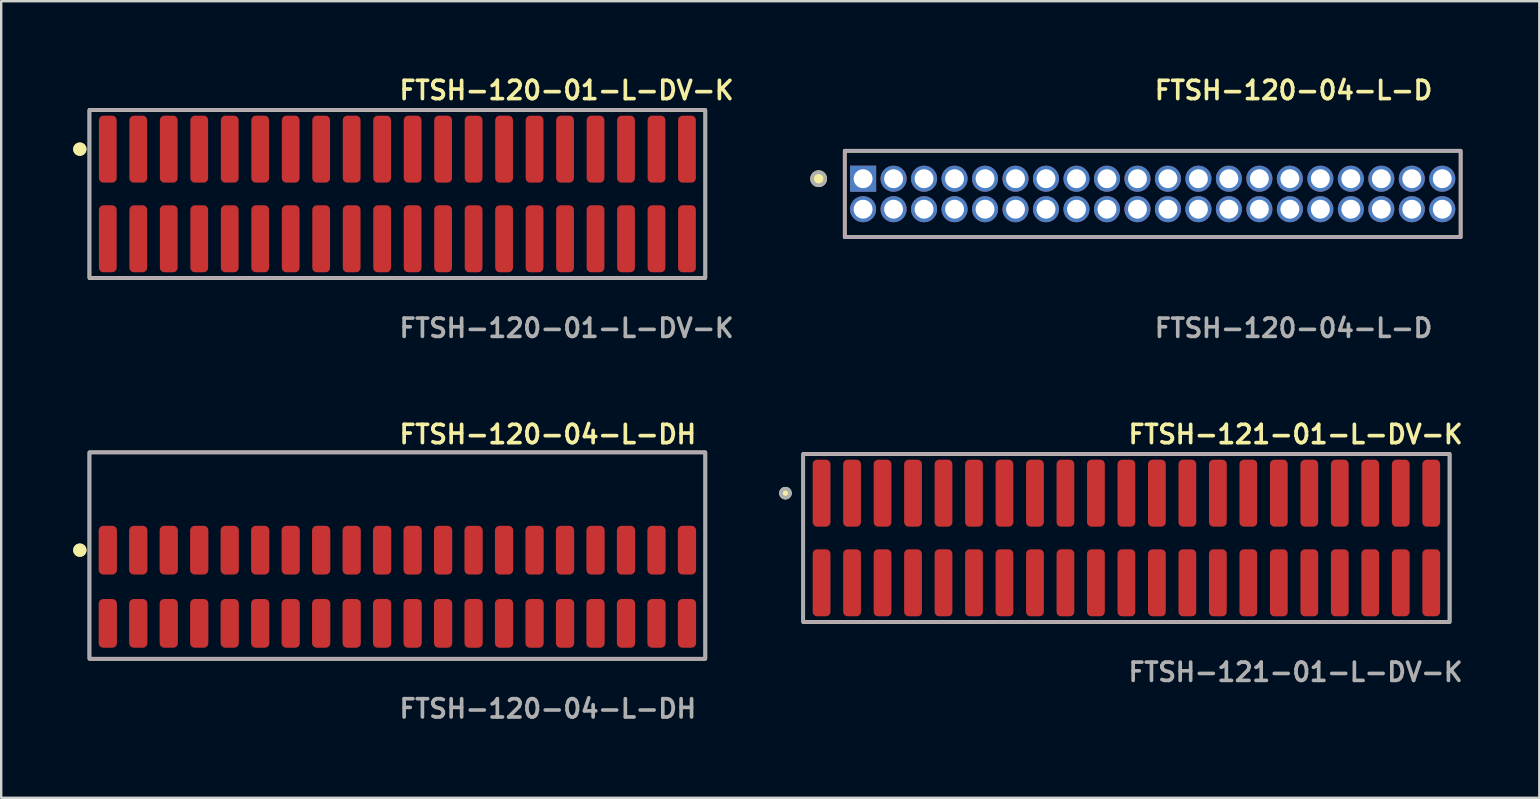
<source format=kicad_pcb>
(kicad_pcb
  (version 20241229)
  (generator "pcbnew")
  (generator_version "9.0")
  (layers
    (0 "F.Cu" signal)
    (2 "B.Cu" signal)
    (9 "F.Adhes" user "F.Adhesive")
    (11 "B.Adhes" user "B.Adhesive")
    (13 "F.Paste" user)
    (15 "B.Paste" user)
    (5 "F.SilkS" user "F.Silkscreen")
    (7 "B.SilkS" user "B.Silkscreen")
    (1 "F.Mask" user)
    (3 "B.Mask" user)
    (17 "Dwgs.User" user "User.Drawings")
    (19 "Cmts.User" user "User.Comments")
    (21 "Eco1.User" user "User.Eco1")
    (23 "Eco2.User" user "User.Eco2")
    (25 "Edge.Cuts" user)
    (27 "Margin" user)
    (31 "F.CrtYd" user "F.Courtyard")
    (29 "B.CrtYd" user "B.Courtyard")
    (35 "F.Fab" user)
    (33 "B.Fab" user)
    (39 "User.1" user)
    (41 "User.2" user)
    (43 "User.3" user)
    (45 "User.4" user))
  (footprint "FTSH-120-01-L-DV-K"
    (layer "F.Cu")
    (at 13.506 5.031)
    (property "Reference" "FTSH-120-01-L-DV-K" (at 0 -4.318 0) (unlocked yes) (layer "F.SilkS") (effects (font (size 0.762 0.762) (thickness 0.152)) (justify left)))
    (fp_rect (start -12.83 3.5) (end 12.83 -3.5) (stroke (width 0.152) (type solid)) (fill no) (layer "F.SilkS"))
    (fp_circle (center -13.23 -1.867) (end -13.43 -1.867) (stroke (width 0.152) (type solid)) (fill yes) (layer "F.SilkS"))
    (fp_circle (center -13.23 -1.867) (end -13.43 -1.867) (stroke (width 0.152) (type solid)) (fill yes) (layer "F.SilkS"))
    (fp_rect (start -12.83 3.5) (end 12.83 -3.5) (stroke (width 0.006) (type solid)) (fill no) (layer "F.CrtYd"))
    (fp_rect (start -12.83 3.5) (end 12.83 -3.5) (stroke (width 0.152) (type solid)) (fill no) (layer "F.Fab"))
    (fp_text user "${REFERENCE}" (at 0 5.588 0) (unlocked yes) (layer "F.Fab") (effects (font (size 0.762 0.762) (thickness 0.152)) (justify left)))
    (pad "1" smd roundrect (at -12.065 -1.867) (size 0.74 2.79) (layers "F.Cu" "F.Paste") (roundrect_rratio 0.25))
    (pad "2" smd roundrect (at -12.065 1.867) (size 0.74 2.79) (layers "F.Cu" "F.Paste") (roundrect_rratio 0.25))
    (pad "3" smd roundrect (at -10.795 -1.867) (size 0.74 2.79) (layers "F.Cu" "F.Paste") (roundrect_rratio 0.25))
    (pad "4" smd roundrect (at -10.795 1.867) (size 0.74 2.79) (layers "F.Cu" "F.Paste") (roundrect_rratio 0.25))
    (pad "5" smd roundrect (at -9.525 -1.867) (size 0.74 2.79) (layers "F.Cu" "F.Paste") (roundrect_rratio 0.25))
    (pad "6" smd roundrect (at -9.525 1.867) (size 0.74 2.79) (layers "F.Cu" "F.Paste") (roundrect_rratio 0.25))
    (pad "7" smd roundrect (at -8.255 -1.867) (size 0.74 2.79) (layers "F.Cu" "F.Paste") (roundrect_rratio 0.25))
    (pad "8" smd roundrect (at -8.255 1.867) (size 0.74 2.79) (layers "F.Cu" "F.Paste") (roundrect_rratio 0.25))
    (pad "9" smd roundrect (at -6.985 -1.867) (size 0.74 2.79) (layers "F.Cu" "F.Paste") (roundrect_rratio 0.25))
    (pad "10" smd roundrect (at -6.985 1.867) (size 0.74 2.79) (layers "F.Cu" "F.Paste") (roundrect_rratio 0.25))
    (pad "11" smd roundrect (at -5.715 -1.867) (size 0.74 2.79) (layers "F.Cu" "F.Paste") (roundrect_rratio 0.25))
    (pad "12" smd roundrect (at -5.715 1.867) (size 0.74 2.79) (layers "F.Cu" "F.Paste") (roundrect_rratio 0.25))
    (pad "13" smd roundrect (at -4.445 -1.867) (size 0.74 2.79) (layers "F.Cu" "F.Paste") (roundrect_rratio 0.25))
    (pad "14" smd roundrect (at -4.445 1.867) (size 0.74 2.79) (layers "F.Cu" "F.Paste") (roundrect_rratio 0.25))
    (pad "15" smd roundrect (at -3.175 -1.867) (size 0.74 2.79) (layers "F.Cu" "F.Paste") (roundrect_rratio 0.25))
    (pad "16" smd roundrect (at -3.175 1.867) (size 0.74 2.79) (layers "F.Cu" "F.Paste") (roundrect_rratio 0.25))
    (pad "17" smd roundrect (at -1.905 -1.867) (size 0.74 2.79) (layers "F.Cu" "F.Paste") (roundrect_rratio 0.25))
    (pad "18" smd roundrect (at -1.905 1.867) (size 0.74 2.79) (layers "F.Cu" "F.Paste") (roundrect_rratio 0.25))
    (pad "19" smd roundrect (at -0.635 -1.867) (size 0.74 2.79) (layers "F.Cu" "F.Paste") (roundrect_rratio 0.25))
    (pad "20" smd roundrect (at -0.635 1.867) (size 0.74 2.79) (layers "F.Cu" "F.Paste") (roundrect_rratio 0.25))
    (pad "21" smd roundrect (at 0.635 -1.867) (size 0.74 2.79) (layers "F.Cu" "F.Paste") (roundrect_rratio 0.25))
    (pad "22" smd roundrect (at 0.635 1.867) (size 0.74 2.79) (layers "F.Cu" "F.Paste") (roundrect_rratio 0.25))
    (pad "23" smd roundrect (at 1.905 -1.867) (size 0.74 2.79) (layers "F.Cu" "F.Paste") (roundrect_rratio 0.25))
    (pad "24" smd roundrect (at 1.905 1.867) (size 0.74 2.79) (layers "F.Cu" "F.Paste") (roundrect_rratio 0.25))
    (pad "25" smd roundrect (at 3.175 -1.867) (size 0.74 2.79) (layers "F.Cu" "F.Paste") (roundrect_rratio 0.25))
    (pad "26" smd roundrect (at 3.175 1.867) (size 0.74 2.79) (layers "F.Cu" "F.Paste") (roundrect_rratio 0.25))
    (pad "27" smd roundrect (at 4.445 -1.867) (size 0.74 2.79) (layers "F.Cu" "F.Paste") (roundrect_rratio 0.25))
    (pad "28" smd roundrect (at 4.445 1.867) (size 0.74 2.79) (layers "F.Cu" "F.Paste") (roundrect_rratio 0.25))
    (pad "29" smd roundrect (at 5.715 -1.867) (size 0.74 2.79) (layers "F.Cu" "F.Paste") (roundrect_rratio 0.25))
    (pad "30" smd roundrect (at 5.715 1.867) (size 0.74 2.79) (layers "F.Cu" "F.Paste") (roundrect_rratio 0.25))
    (pad "31" smd roundrect (at 6.985 -1.867) (size 0.74 2.79) (layers "F.Cu" "F.Paste") (roundrect_rratio 0.25))
    (pad "32" smd roundrect (at 6.985 1.867) (size 0.74 2.79) (layers "F.Cu" "F.Paste") (roundrect_rratio 0.25))
    (pad "33" smd roundrect (at 8.255 -1.867) (size 0.74 2.79) (layers "F.Cu" "F.Paste") (roundrect_rratio 0.25))
    (pad "34" smd roundrect (at 8.255 1.867) (size 0.74 2.79) (layers "F.Cu" "F.Paste") (roundrect_rratio 0.25))
    (pad "35" smd roundrect (at 9.525 -1.867) (size 0.74 2.79) (layers "F.Cu" "F.Paste") (roundrect_rratio 0.25))
    (pad "36" smd roundrect (at 9.525 1.867) (size 0.74 2.79) (layers "F.Cu" "F.Paste") (roundrect_rratio 0.25))
    (pad "37" smd roundrect (at 10.795 -1.867) (size 0.74 2.79) (layers "F.Cu" "F.Paste") (roundrect_rratio 0.25))
    (pad "38" smd roundrect (at 10.795 1.867) (size 0.74 2.79) (layers "F.Cu" "F.Paste") (roundrect_rratio 0.25))
    (pad "39" smd roundrect (at 12.065 -1.867) (size 0.74 2.79) (layers "F.Cu" "F.Paste") (roundrect_rratio 0.25))
    (pad "40" smd roundrect (at 12.065 1.867) (size 0.74 2.79) (layers "F.Cu" "F.Paste") (roundrect_rratio 0.25)))
  (footprint "FTSH-120-04-L-DH"
    (layer "F.Cu")
    (at 13.506 21.396)
    (property "Reference" "FTSH-120-04-L-DH" (at 0 -6.35 0) (unlocked yes) (layer "F.SilkS") (effects (font (size 0.762 0.762) (thickness 0.152)) (justify left)))
    (fp_rect (start -12.83 3) (end 12.83 -5.6) (stroke (width 0.152) (type solid)) (fill no) (layer "F.SilkS"))
    (fp_circle (center -13.23 -1.525) (end -13.43 -1.525) (stroke (width 0.152) (type solid)) (fill yes) (layer "F.SilkS"))
    (fp_circle (center -13.23 -1.525) (end -13.43 -1.525) (stroke (width 0.152) (type solid)) (fill yes) (layer "F.SilkS"))
    (fp_rect (start -12.83 3) (end 12.83 -5.6) (stroke (width 0.006) (type solid)) (fill no) (layer "F.CrtYd"))
    (fp_rect (start -12.83 3) (end 12.83 -5.6) (stroke (width 0.152) (type solid)) (fill no) (layer "F.Fab"))
    (fp_text user "${REFERENCE}" (at 0 5.08 0) (unlocked yes) (layer "F.Fab") (effects (font (size 0.762 0.762) (thickness 0.152)) (justify left)))
    (pad "1" smd roundrect (at -12.065 -1.525) (size 0.76 2.03) (layers "F.Cu" "F.Paste") (roundrect_rratio 0.25))
    (pad "2" smd roundrect (at -12.065 1.525) (size 0.76 2.03) (layers "F.Cu" "F.Paste") (roundrect_rratio 0.25))
    (pad "3" smd roundrect (at -10.795 -1.525) (size 0.76 2.03) (layers "F.Cu" "F.Paste") (roundrect_rratio 0.25))
    (pad "4" smd roundrect (at -10.795 1.525) (size 0.76 2.03) (layers "F.Cu" "F.Paste") (roundrect_rratio 0.25))
    (pad "5" smd roundrect (at -9.525 -1.525) (size 0.76 2.03) (layers "F.Cu" "F.Paste") (roundrect_rratio 0.25))
    (pad "6" smd roundrect (at -9.525 1.525) (size 0.76 2.03) (layers "F.Cu" "F.Paste") (roundrect_rratio 0.25))
    (pad "7" smd roundrect (at -8.255 -1.525) (size 0.76 2.03) (layers "F.Cu" "F.Paste") (roundrect_rratio 0.25))
    (pad "8" smd roundrect (at -8.255 1.525) (size 0.76 2.03) (layers "F.Cu" "F.Paste") (roundrect_rratio 0.25))
    (pad "9" smd roundrect (at -6.985 -1.525) (size 0.76 2.03) (layers "F.Cu" "F.Paste") (roundrect_rratio 0.25))
    (pad "10" smd roundrect (at -6.985 1.525) (size 0.76 2.03) (layers "F.Cu" "F.Paste") (roundrect_rratio 0.25))
    (pad "11" smd roundrect (at -5.715 -1.525) (size 0.76 2.03) (layers "F.Cu" "F.Paste") (roundrect_rratio 0.25))
    (pad "12" smd roundrect (at -5.715 1.525) (size 0.76 2.03) (layers "F.Cu" "F.Paste") (roundrect_rratio 0.25))
    (pad "13" smd roundrect (at -4.445 -1.525) (size 0.76 2.03) (layers "F.Cu" "F.Paste") (roundrect_rratio 0.25))
    (pad "14" smd roundrect (at -4.445 1.525) (size 0.76 2.03) (layers "F.Cu" "F.Paste") (roundrect_rratio 0.25))
    (pad "15" smd roundrect (at -3.175 -1.525) (size 0.76 2.03) (layers "F.Cu" "F.Paste") (roundrect_rratio 0.25))
    (pad "16" smd roundrect (at -3.175 1.525) (size 0.76 2.03) (layers "F.Cu" "F.Paste") (roundrect_rratio 0.25))
    (pad "17" smd roundrect (at -1.905 -1.525) (size 0.76 2.03) (layers "F.Cu" "F.Paste") (roundrect_rratio 0.25))
    (pad "18" smd roundrect (at -1.905 1.525) (size 0.76 2.03) (layers "F.Cu" "F.Paste") (roundrect_rratio 0.25))
    (pad "19" smd roundrect (at -0.635 -1.525) (size 0.76 2.03) (layers "F.Cu" "F.Paste") (roundrect_rratio 0.25))
    (pad "20" smd roundrect (at -0.635 1.525) (size 0.76 2.03) (layers "F.Cu" "F.Paste") (roundrect_rratio 0.25))
    (pad "21" smd roundrect (at 0.635 -1.525) (size 0.76 2.03) (layers "F.Cu" "F.Paste") (roundrect_rratio 0.25))
    (pad "22" smd roundrect (at 0.635 1.525) (size 0.76 2.03) (layers "F.Cu" "F.Paste") (roundrect_rratio 0.25))
    (pad "23" smd roundrect (at 1.905 -1.525) (size 0.76 2.03) (layers "F.Cu" "F.Paste") (roundrect_rratio 0.25))
    (pad "24" smd roundrect (at 1.905 1.525) (size 0.76 2.03) (layers "F.Cu" "F.Paste") (roundrect_rratio 0.25))
    (pad "25" smd roundrect (at 3.175 -1.525) (size 0.76 2.03) (layers "F.Cu" "F.Paste") (roundrect_rratio 0.25))
    (pad "26" smd roundrect (at 3.175 1.525) (size 0.76 2.03) (layers "F.Cu" "F.Paste") (roundrect_rratio 0.25))
    (pad "27" smd roundrect (at 4.445 -1.525) (size 0.76 2.03) (layers "F.Cu" "F.Paste") (roundrect_rratio 0.25))
    (pad "28" smd roundrect (at 4.445 1.525) (size 0.76 2.03) (layers "F.Cu" "F.Paste") (roundrect_rratio 0.25))
    (pad "29" smd roundrect (at 5.715 -1.525) (size 0.76 2.03) (layers "F.Cu" "F.Paste") (roundrect_rratio 0.25))
    (pad "30" smd roundrect (at 5.715 1.525) (size 0.76 2.03) (layers "F.Cu" "F.Paste") (roundrect_rratio 0.25))
    (pad "31" smd roundrect (at 6.985 -1.525) (size 0.76 2.03) (layers "F.Cu" "F.Paste") (roundrect_rratio 0.25))
    (pad "32" smd roundrect (at 6.985 1.525) (size 0.76 2.03) (layers "F.Cu" "F.Paste") (roundrect_rratio 0.25))
    (pad "33" smd roundrect (at 8.255 -1.525) (size 0.76 2.03) (layers "F.Cu" "F.Paste") (roundrect_rratio 0.25))
    (pad "34" smd roundrect (at 8.255 1.525) (size 0.76 2.03) (layers "F.Cu" "F.Paste") (roundrect_rratio 0.25))
    (pad "35" smd roundrect (at 9.525 -1.525) (size 0.76 2.03) (layers "F.Cu" "F.Paste") (roundrect_rratio 0.25))
    (pad "36" smd roundrect (at 9.525 1.525) (size 0.76 2.03) (layers "F.Cu" "F.Paste") (roundrect_rratio 0.25))
    (pad "37" smd roundrect (at 10.795 -1.525) (size 0.76 2.03) (layers "F.Cu" "F.Paste") (roundrect_rratio 0.25))
    (pad "38" smd roundrect (at 10.795 1.525) (size 0.76 2.03) (layers "F.Cu" "F.Paste") (roundrect_rratio 0.25))
    (pad "39" smd roundrect (at 12.065 -1.525) (size 0.76 2.03) (layers "F.Cu" "F.Paste") (roundrect_rratio 0.25))
    (pad "40" smd roundrect (at 12.065 1.525) (size 0.76 2.03) (layers "F.Cu" "F.Paste") (roundrect_rratio 0.25)))
  (footprint "FTSH-121-01-L-DV-K"
    (layer "F.Cu")
    (at 43.879 19.364)
    (property "Reference" "FTSH-121-01-L-DV-K" (at 0 -4.318 0) (unlocked yes) (layer "F.SilkS") (effects (font (size 0.762 0.762) (thickness 0.152)) (justify left)))
    (fp_rect (start -13.465 3.5) (end 13.465 -3.5) (stroke (width 0.152) (type solid)) (fill no) (layer "F.SilkS"))
    (fp_circle (center -14.205 -1.867) (end -14.39 -1.867) (stroke (width 0.152) (type solid)) (fill yes) (layer "F.SilkS"))
    (fp_rect (start -13.465 3.5) (end 13.465 -3.5) (stroke (width 0.006) (type solid)) (fill no) (layer "F.CrtYd"))
    (fp_rect (start -13.465 3.5) (end 13.465 -3.5) (stroke (width 0.152) (type solid)) (fill no) (layer "F.Fab"))
    (fp_circle (center -14.205 -1.867) (end -14.39 -1.867) (stroke (width 0.152) (type solid)) (fill no) (layer "F.Fab"))
    (fp_text user "${REFERENCE}" (at 0 5.588 0) (unlocked yes) (layer "F.Fab") (effects (font (size 0.762 0.762) (thickness 0.152)) (justify left)))
    (pad "1" smd roundrect (at -12.7 -1.867) (size 0.74 2.79) (layers "F.Cu" "F.Paste") (roundrect_rratio 0.25))
    (pad "2" smd roundrect (at -12.7 1.867) (size 0.74 2.79) (layers "F.Cu" "F.Paste") (roundrect_rratio 0.25))
    (pad "3" smd roundrect (at -11.43 -1.867) (size 0.74 2.79) (layers "F.Cu" "F.Paste") (roundrect_rratio 0.25))
    (pad "4" smd roundrect (at -11.43 1.867) (size 0.74 2.79) (layers "F.Cu" "F.Paste") (roundrect_rratio 0.25))
    (pad "5" smd roundrect (at -10.16 -1.867) (size 0.74 2.79) (layers "F.Cu" "F.Paste") (roundrect_rratio 0.25))
    (pad "6" smd roundrect (at -10.16 1.867) (size 0.74 2.79) (layers "F.Cu" "F.Paste") (roundrect_rratio 0.25))
    (pad "7" smd roundrect (at -8.89 -1.867) (size 0.74 2.79) (layers "F.Cu" "F.Paste") (roundrect_rratio 0.25))
    (pad "8" smd roundrect (at -8.89 1.867) (size 0.74 2.79) (layers "F.Cu" "F.Paste") (roundrect_rratio 0.25))
    (pad "9" smd roundrect (at -7.62 -1.867) (size 0.74 2.79) (layers "F.Cu" "F.Paste") (roundrect_rratio 0.25))
    (pad "10" smd roundrect (at -7.62 1.867) (size 0.74 2.79) (layers "F.Cu" "F.Paste") (roundrect_rratio 0.25))
    (pad "11" smd roundrect (at -6.35 -1.867) (size 0.74 2.79) (layers "F.Cu" "F.Paste") (roundrect_rratio 0.25))
    (pad "12" smd roundrect (at -6.35 1.867) (size 0.74 2.79) (layers "F.Cu" "F.Paste") (roundrect_rratio 0.25))
    (pad "13" smd roundrect (at -5.08 -1.867) (size 0.74 2.79) (layers "F.Cu" "F.Paste") (roundrect_rratio 0.25))
    (pad "14" smd roundrect (at -5.08 1.867) (size 0.74 2.79) (layers "F.Cu" "F.Paste") (roundrect_rratio 0.25))
    (pad "15" smd roundrect (at -3.81 -1.867) (size 0.74 2.79) (layers "F.Cu" "F.Paste") (roundrect_rratio 0.25))
    (pad "16" smd roundrect (at -3.81 1.867) (size 0.74 2.79) (layers "F.Cu" "F.Paste") (roundrect_rratio 0.25))
    (pad "17" smd roundrect (at -2.54 -1.867) (size 0.74 2.79) (layers "F.Cu" "F.Paste") (roundrect_rratio 0.25))
    (pad "18" smd roundrect (at -2.54 1.867) (size 0.74 2.79) (layers "F.Cu" "F.Paste") (roundrect_rratio 0.25))
    (pad "19" smd roundrect (at -1.27 -1.867) (size 0.74 2.79) (layers "F.Cu" "F.Paste") (roundrect_rratio 0.25))
    (pad "20" smd roundrect (at -1.27 1.867) (size 0.74 2.79) (layers "F.Cu" "F.Paste") (roundrect_rratio 0.25))
    (pad "21" smd roundrect (at 0 -1.867) (size 0.74 2.79) (layers "F.Cu" "F.Paste") (roundrect_rratio 0.25))
    (pad "22" smd roundrect (at 0 1.867) (size 0.74 2.79) (layers "F.Cu" "F.Paste") (roundrect_rratio 0.25))
    (pad "23" smd roundrect (at 1.27 -1.867) (size 0.74 2.79) (layers "F.Cu" "F.Paste") (roundrect_rratio 0.25))
    (pad "24" smd roundrect (at 1.27 1.867) (size 0.74 2.79) (layers "F.Cu" "F.Paste") (roundrect_rratio 0.25))
    (pad "25" smd roundrect (at 2.54 -1.867) (size 0.74 2.79) (layers "F.Cu" "F.Paste") (roundrect_rratio 0.25))
    (pad "26" smd roundrect (at 2.54 1.867) (size 0.74 2.79) (layers "F.Cu" "F.Paste") (roundrect_rratio 0.25))
    (pad "27" smd roundrect (at 3.81 -1.867) (size 0.74 2.79) (layers "F.Cu" "F.Paste") (roundrect_rratio 0.25))
    (pad "28" smd roundrect (at 3.81 1.867) (size 0.74 2.79) (layers "F.Cu" "F.Paste") (roundrect_rratio 0.25))
    (pad "29" smd roundrect (at 5.08 -1.867) (size 0.74 2.79) (layers "F.Cu" "F.Paste") (roundrect_rratio 0.25))
    (pad "30" smd roundrect (at 5.08 1.867) (size 0.74 2.79) (layers "F.Cu" "F.Paste") (roundrect_rratio 0.25))
    (pad "31" smd roundrect (at 6.35 -1.867) (size 0.74 2.79) (layers "F.Cu" "F.Paste") (roundrect_rratio 0.25))
    (pad "32" smd roundrect (at 6.35 1.867) (size 0.74 2.79) (layers "F.Cu" "F.Paste") (roundrect_rratio 0.25))
    (pad "33" smd roundrect (at 7.62 -1.867) (size 0.74 2.79) (layers "F.Cu" "F.Paste") (roundrect_rratio 0.25))
    (pad "34" smd roundrect (at 7.62 1.867) (size 0.74 2.79) (layers "F.Cu" "F.Paste") (roundrect_rratio 0.25))
    (pad "35" smd roundrect (at 8.89 -1.867) (size 0.74 2.79) (layers "F.Cu" "F.Paste") (roundrect_rratio 0.25))
    (pad "36" smd roundrect (at 8.89 1.867) (size 0.74 2.79) (layers "F.Cu" "F.Paste") (roundrect_rratio 0.25))
    (pad "37" smd roundrect (at 10.16 -1.867) (size 0.74 2.79) (layers "F.Cu" "F.Paste") (roundrect_rratio 0.25))
    (pad "38" smd roundrect (at 10.16 1.867) (size 0.74 2.79) (layers "F.Cu" "F.Paste") (roundrect_rratio 0.25))
    (pad "39" smd roundrect (at 11.43 -1.867) (size 0.74 2.79) (layers "F.Cu" "F.Paste") (roundrect_rratio 0.25))
    (pad "40" smd roundrect (at 11.43 1.867) (size 0.74 2.79) (layers "F.Cu" "F.Paste") (roundrect_rratio 0.25))
    (pad "41" smd roundrect (at 12.7 -1.867) (size 0.74 2.79) (layers "F.Cu" "F.Paste") (roundrect_rratio 0.25))
    (pad "42" smd roundrect (at 12.7 1.867) (size 0.74 2.79) (layers "F.Cu" "F.Paste") (roundrect_rratio 0.25)))
  (footprint "FTSH-120-04-L-D"
    (layer "F.Cu")
    (at 44.974 5.031)
    (property "Reference" "FTSH-120-04-L-D" (at 0 -4.318 0) (unlocked yes) (layer "F.SilkS") (effects (font (size 0.762 0.762) (thickness 0.152)) (justify left)))
    (fp_rect (start -12.83 1.8) (end 12.83 -1.8) (stroke (width 0.152) (type solid)) (fill no) (layer "F.SilkS"))
    (fp_circle (center -13.917 -0.635) (end -14.189 -0.635) (stroke (width 0.152) (type solid)) (fill yes) (layer "F.SilkS"))
    (fp_rect (start -12.83 1.8) (end 12.83 -1.8) (stroke (width 0.006) (type solid)) (fill no) (layer "F.CrtYd"))
    (fp_rect (start -12.83 1.8) (end 12.83 -1.8) (stroke (width 0.152) (type solid)) (fill no) (layer "F.Fab"))
    (fp_circle (center -13.917 -0.635) (end -14.189 -0.635) (stroke (width 0.152) (type solid)) (fill no) (layer "F.Fab"))
    (fp_text user "${REFERENCE}" (at 0 5.588 0) (unlocked yes) (layer "F.Fab") (effects (font (size 0.762 0.762) (thickness 0.152)) (justify left)))
    (pad "1" thru_hole rect (at -12.065 -0.635) (size 1.087 1.087) (drill 0.787) (layers "*.Cu" "*.Mask"))
    (pad "2" thru_hole circle (at -12.065 0.635) (size 1.087 1.087) (drill 0.787) (layers "*.Cu" "*.Mask"))
    (pad "3" thru_hole circle (at -10.795 -0.635) (size 1.087 1.087) (drill 0.787) (layers "*.Cu" "*.Mask"))
    (pad "4" thru_hole circle (at -10.795 0.635) (size 1.087 1.087) (drill 0.787) (layers "*.Cu" "*.Mask"))
    (pad "5" thru_hole circle (at -9.525 -0.635) (size 1.087 1.087) (drill 0.787) (layers "*.Cu" "*.Mask"))
    (pad "6" thru_hole circle (at -9.525 0.635) (size 1.087 1.087) (drill 0.787) (layers "*.Cu" "*.Mask"))
    (pad "7" thru_hole circle (at -8.255 -0.635) (size 1.087 1.087) (drill 0.787) (layers "*.Cu" "*.Mask"))
    (pad "8" thru_hole circle (at -8.255 0.635) (size 1.087 1.087) (drill 0.787) (layers "*.Cu" "*.Mask"))
    (pad "9" thru_hole circle (at -6.985 -0.635) (size 1.087 1.087) (drill 0.787) (layers "*.Cu" "*.Mask"))
    (pad "10" thru_hole circle (at -6.985 0.635) (size 1.087 1.087) (drill 0.787) (layers "*.Cu" "*.Mask"))
    (pad "11" thru_hole circle (at -5.715 -0.635) (size 1.087 1.087) (drill 0.787) (layers "*.Cu" "*.Mask"))
    (pad "12" thru_hole circle (at -5.715 0.635) (size 1.087 1.087) (drill 0.787) (layers "*.Cu" "*.Mask"))
    (pad "13" thru_hole circle (at -4.445 -0.635) (size 1.087 1.087) (drill 0.787) (layers "*.Cu" "*.Mask"))
    (pad "14" thru_hole circle (at -4.445 0.635) (size 1.087 1.087) (drill 0.787) (layers "*.Cu" "*.Mask"))
    (pad "15" thru_hole circle (at -3.175 -0.635) (size 1.087 1.087) (drill 0.787) (layers "*.Cu" "*.Mask"))
    (pad "16" thru_hole circle (at -3.175 0.635) (size 1.087 1.087) (drill 0.787) (layers "*.Cu" "*.Mask"))
    (pad "17" thru_hole circle (at -1.905 -0.635) (size 1.087 1.087) (drill 0.787) (layers "*.Cu" "*.Mask"))
    (pad "18" thru_hole circle (at -1.905 0.635) (size 1.087 1.087) (drill 0.787) (layers "*.Cu" "*.Mask"))
    (pad "19" thru_hole circle (at -0.635 -0.635) (size 1.087 1.087) (drill 0.787) (layers "*.Cu" "*.Mask"))
    (pad "20" thru_hole circle (at -0.635 0.635) (size 1.087 1.087) (drill 0.787) (layers "*.Cu" "*.Mask"))
    (pad "21" thru_hole circle (at 0.635 -0.635) (size 1.087 1.087) (drill 0.787) (layers "*.Cu" "*.Mask"))
    (pad "22" thru_hole circle (at 0.635 0.635) (size 1.087 1.087) (drill 0.787) (layers "*.Cu" "*.Mask"))
    (pad "23" thru_hole circle (at 1.905 -0.635) (size 1.087 1.087) (drill 0.787) (layers "*.Cu" "*.Mask"))
    (pad "24" thru_hole circle (at 1.905 0.635) (size 1.087 1.087) (drill 0.787) (layers "*.Cu" "*.Mask"))
    (pad "25" thru_hole circle (at 3.175 -0.635) (size 1.087 1.087) (drill 0.787) (layers "*.Cu" "*.Mask"))
    (pad "26" thru_hole circle (at 3.175 0.635) (size 1.087 1.087) (drill 0.787) (layers "*.Cu" "*.Mask"))
    (pad "27" thru_hole circle (at 4.445 -0.635) (size 1.087 1.087) (drill 0.787) (layers "*.Cu" "*.Mask"))
    (pad "28" thru_hole circle (at 4.445 0.635) (size 1.087 1.087) (drill 0.787) (layers "*.Cu" "*.Mask"))
    (pad "29" thru_hole circle (at 5.715 -0.635) (size 1.087 1.087) (drill 0.787) (layers "*.Cu" "*.Mask"))
    (pad "30" thru_hole circle (at 5.715 0.635) (size 1.087 1.087) (drill 0.787) (layers "*.Cu" "*.Mask"))
    (pad "31" thru_hole circle (at 6.985 -0.635) (size 1.087 1.087) (drill 0.787) (layers "*.Cu" "*.Mask"))
    (pad "32" thru_hole circle (at 6.985 0.635) (size 1.087 1.087) (drill 0.787) (layers "*.Cu" "*.Mask"))
    (pad "33" thru_hole circle (at 8.255 -0.635) (size 1.087 1.087) (drill 0.787) (layers "*.Cu" "*.Mask"))
    (pad "34" thru_hole circle (at 8.255 0.635) (size 1.087 1.087) (drill 0.787) (layers "*.Cu" "*.Mask"))
    (pad "35" thru_hole circle (at 9.525 -0.635) (size 1.087 1.087) (drill 0.787) (layers "*.Cu" "*.Mask"))
    (pad "36" thru_hole circle (at 9.525 0.635) (size 1.087 1.087) (drill 0.787) (layers "*.Cu" "*.Mask"))
    (pad "37" thru_hole circle (at 10.795 -0.635) (size 1.087 1.087) (drill 0.787) (layers "*.Cu" "*.Mask"))
    (pad "38" thru_hole circle (at 10.795 0.635) (size 1.087 1.087) (drill 0.787) (layers "*.Cu" "*.Mask"))
    (pad "39" thru_hole circle (at 12.065 -0.635) (size 1.087 1.087) (drill 0.787) (layers "*.Cu" "*.Mask"))
    (pad "40" thru_hole circle (at 12.065 0.635) (size 1.087 1.087) (drill 0.787) (layers "*.Cu" "*.Mask")))
  (gr_rect
    (start -3 -3)
    (end 61.081 30.189)
    (stroke (width 0.1) (type default))
    (fill no)
    (layer "Edge.Cuts")))
</source>
